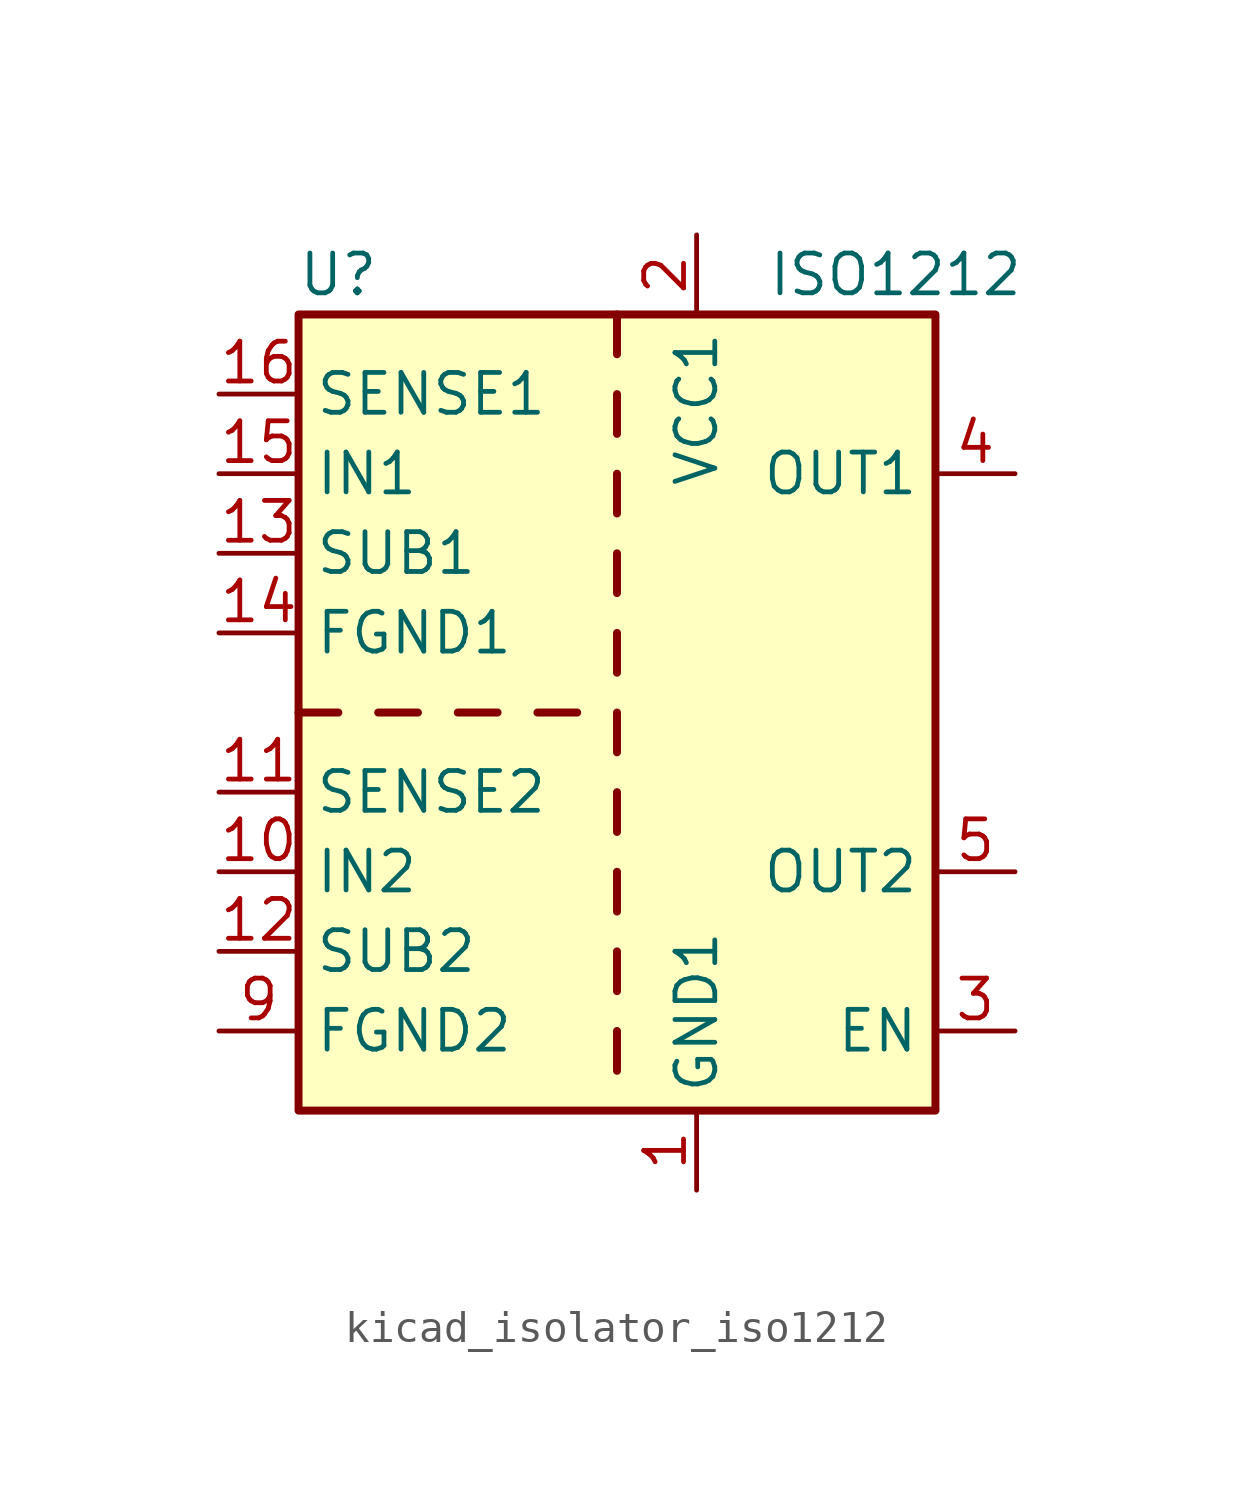
<source format=kicad_sym>
(kicad_symbol_lib
  (version 20220914)
  (generator kicad_symbol_editor)
  (symbol "kicad_isolator_iso1212"
    (property "Reference" "U"
      (at -8.89 13.97 0)
      (effects (font (size 1.27 1.27))))
    (property "Value" "ISO1212"
      (at 8.89 13.97 0)
      (effects (font (size 1.27 1.27))))
    (symbol "kicad_isolator_iso1212_0_1"
      (rectangle (start -10.16 12.7) (end 10.16 -12.7) (stroke (width 0.254) (type default)) (fill (type background)))
      (polyline (pts (xy -8.89 0) (xy -10.16 0)) (stroke (width 0.254) (type default)) (fill (type none)))
      (polyline (pts (xy -6.35 0) (xy -7.62 0)) (stroke (width 0.254) (type default)) (fill (type none)))
      (polyline (pts (xy -3.81 0) (xy -5.08 0)) (stroke (width 0.254) (type default)) (fill (type none)))
      (polyline (pts (xy -1.27 0) (xy -2.54 0)) (stroke (width 0.254) (type default)) (fill (type none)))
      (polyline (pts (xy 0 -10.16) (xy 0 -11.43)) (stroke (width 0.254) (type default)) (fill (type none)))
      (polyline (pts (xy 0 -7.62) (xy 0 -8.89)) (stroke (width 0.254) (type default)) (fill (type none)))
      (polyline (pts (xy 0 -6.35) (xy 0 -5.08)) (stroke (width 0.254) (type default)) (fill (type none)))
      (polyline (pts (xy 0 -3.81) (xy 0 -2.54)) (stroke (width 0.254) (type default)) (fill (type none)))
      (polyline (pts (xy 0 -1.27) (xy 0 0)) (stroke (width 0.254) (type default)) (fill (type none)))
      (polyline (pts (xy 0 1.27) (xy 0 2.54)) (stroke (width 0.254) (type default)) (fill (type none)))
      (polyline (pts (xy 0 3.81) (xy 0 5.08)) (stroke (width 0.254) (type default)) (fill (type none)))
      (polyline (pts (xy 0 6.35) (xy 0 7.62)) (stroke (width 0.254) (type default)) (fill (type none)))
      (polyline (pts (xy 0 8.89) (xy 0 10.16)) (stroke (width 0.254) (type default)) (fill (type none)))
      (polyline (pts (xy 0 11.43) (xy 0 12.7)) (stroke (width 0.254) (type default)) (fill (type none))))
    (symbol "kicad_isolator_iso1212_1_1"
      (pin power_in line (at 2.54 -15.24 90) (length 2.54) (name "GND1" (effects (font (size 1.27 1.27)))) (number "1" (effects (font (size 1.27 1.27)))))
      (pin input line (at -12.7 -5.08 0) (length 2.54) (name "IN2" (effects (font (size 1.27 1.27)))) (number "10" (effects (font (size 1.27 1.27)))))
      (pin input line (at -12.7 -2.54 0) (length 2.54) (name "SENSE2" (effects (font (size 1.27 1.27)))) (number "11" (effects (font (size 1.27 1.27)))))
      (pin passive line (at -12.7 -7.62 0) (length 2.54) (name "SUB2" (effects (font (size 1.27 1.27)))) (number "12" (effects (font (size 1.27 1.27)))))
      (pin passive line (at -12.7 5.08 0) (length 2.54) (name "SUB1" (effects (font (size 1.27 1.27)))) (number "13" (effects (font (size 1.27 1.27)))))
      (pin power_in line (at -12.7 2.54 0) (length 2.54) (name "FGND1" (effects (font (size 1.27 1.27)))) (number "14" (effects (font (size 1.27 1.27)))))
      (pin input line (at -12.7 7.62 0) (length 2.54) (name "IN1" (effects (font (size 1.27 1.27)))) (number "15" (effects (font (size 1.27 1.27)))))
      (pin input line (at -12.7 10.16 0) (length 2.54) (name "SENSE1" (effects (font (size 1.27 1.27)))) (number "16" (effects (font (size 1.27 1.27)))))
      (pin power_in line (at 2.54 15.24 270) (length 2.54) (name "VCC1" (effects (font (size 1.27 1.27)))) (number "2" (effects (font (size 1.27 1.27)))))
      (pin input line (at 12.7 -10.16 180) (length 2.54) (name "EN" (effects (font (size 1.27 1.27)))) (number "3" (effects (font (size 1.27 1.27)))))
      (pin tri_state line (at 12.7 7.62 180) (length 2.54) (name "OUT1" (effects (font (size 1.27 1.27)))) (number "4" (effects (font (size 1.27 1.27)))))
      (pin tri_state line (at 12.7 -5.08 180) (length 2.54) (name "OUT2" (effects (font (size 1.27 1.27)))) (number "5" (effects (font (size 1.27 1.27)))))
      (pin no_connect line (at 10.16 2.54 180) (length 2.54) hide (name "NC" (effects (font (size 1.27 1.27)))) (number "6" (effects (font (size 1.27 1.27)))))
      (pin no_connect line (at 10.16 0 180) (length 2.54) hide (name "NC" (effects (font (size 1.27 1.27)))) (number "7" (effects (font (size 1.27 1.27)))))
      (pin passive line (at 2.54 -15.24 90) (length 2.54) hide (name "GND1" (effects (font (size 1.27 1.27)))) (number "8" (effects (font (size 1.27 1.27)))))
      (pin power_in line (at -12.7 -10.16 0) (length 2.54) (name "FGND2" (effects (font (size 1.27 1.27)))) (number "9" (effects (font (size 1.27 1.27))))))))
</source>
